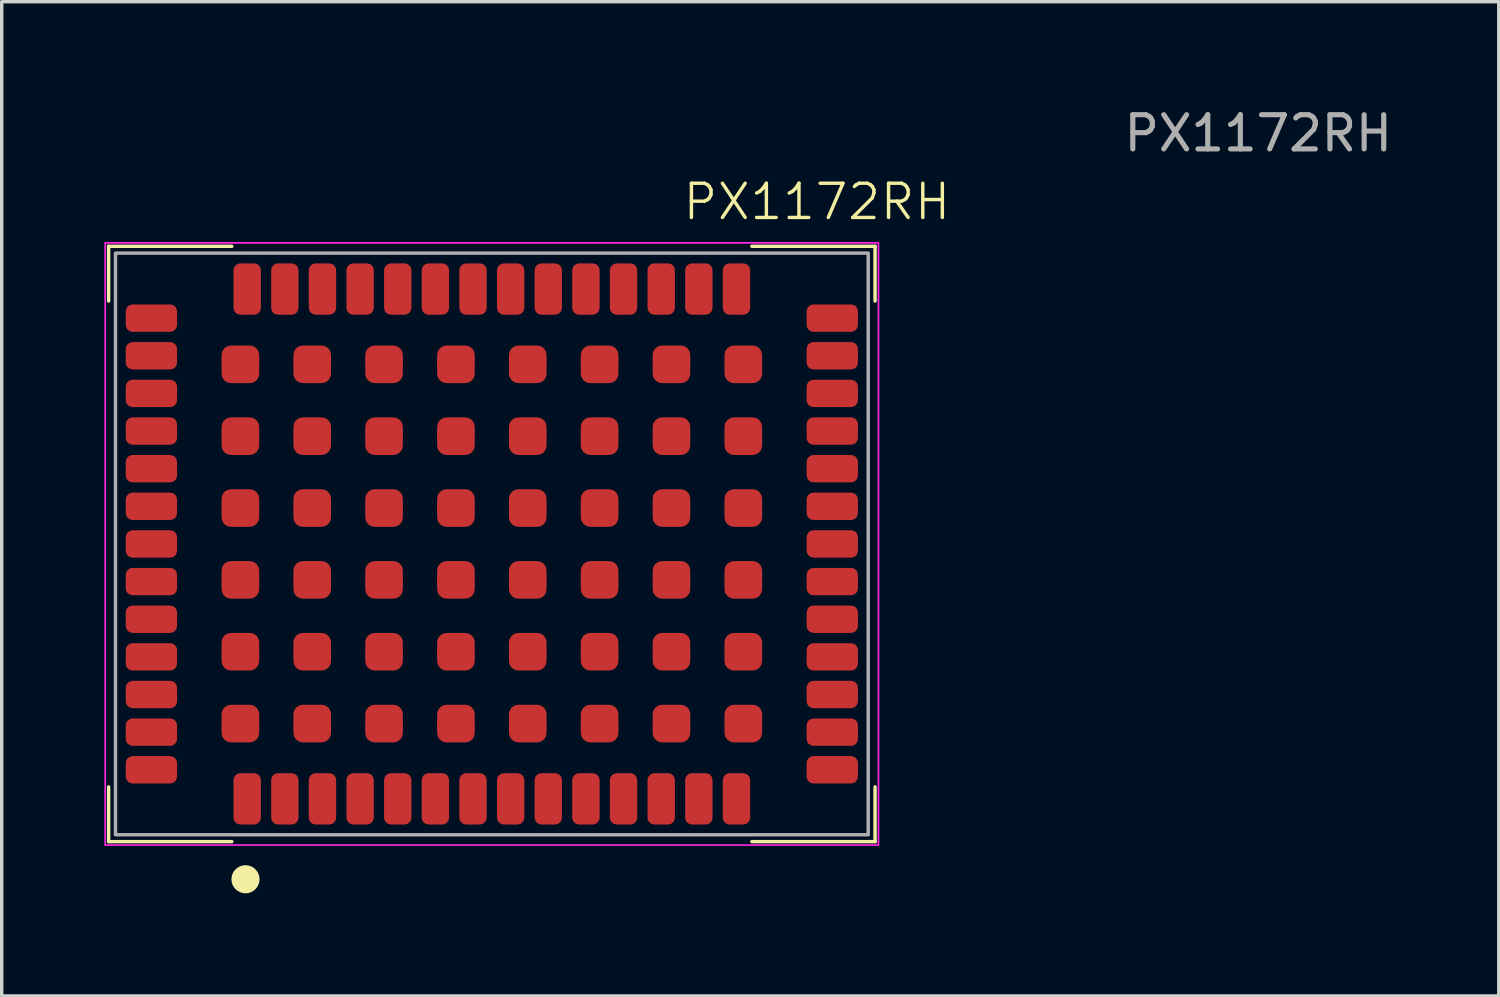
<source format=kicad_pcb>
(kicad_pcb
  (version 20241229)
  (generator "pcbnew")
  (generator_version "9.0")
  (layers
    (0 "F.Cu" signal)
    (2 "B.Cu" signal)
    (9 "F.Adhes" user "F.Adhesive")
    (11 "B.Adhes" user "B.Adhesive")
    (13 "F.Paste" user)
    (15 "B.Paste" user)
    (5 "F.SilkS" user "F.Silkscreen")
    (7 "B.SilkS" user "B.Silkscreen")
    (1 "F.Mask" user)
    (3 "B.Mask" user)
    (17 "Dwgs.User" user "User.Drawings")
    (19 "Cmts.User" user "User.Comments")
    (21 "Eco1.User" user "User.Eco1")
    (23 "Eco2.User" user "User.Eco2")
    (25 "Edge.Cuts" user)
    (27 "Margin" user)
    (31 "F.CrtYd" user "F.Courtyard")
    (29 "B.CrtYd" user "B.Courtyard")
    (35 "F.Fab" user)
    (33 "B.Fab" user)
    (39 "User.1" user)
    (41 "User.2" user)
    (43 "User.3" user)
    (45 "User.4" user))
  (footprint "PX1172RH"
    (layer "F.Cu")
    (at 11.325 12.848)
    (property "Reference" "PX1172RH" (at 9.5 -10 0) (unlocked yes) (layer "F.SilkS") (effects (font (size 1 1) (thickness 0.1))))
    (attr smd)
    (fp_line (start -11.2 -8.7) (end -11.2 -7.1) (stroke (width 0.1) (type default)) (layer "F.SilkS"))
    (fp_line (start -11.2 7.1) (end -11.2 8.7) (stroke (width 0.1) (type default)) (layer "F.SilkS"))
    (fp_line (start -11.2 8.7) (end -7.6 8.7) (stroke (width 0.1) (type default)) (layer "F.SilkS"))
    (fp_line (start -7.6 -8.7) (end -11.2 -8.7) (stroke (width 0.1) (type default)) (layer "F.SilkS"))
    (fp_line (start 7.6 8.7) (end 11.2 8.7) (stroke (width 0.1) (type default)) (layer "F.SilkS"))
    (fp_line (start 11.2 -8.7) (end 7.6 -8.7) (stroke (width 0.1) (type default)) (layer "F.SilkS"))
    (fp_line (start 11.2 -7.1) (end 11.2 -8.7) (stroke (width 0.1) (type default)) (layer "F.SilkS"))
    (fp_line (start 11.2 8.7) (end 11.2 7.1) (stroke (width 0.1) (type default)) (layer "F.SilkS"))
    (fp_circle (center -7.2 9.8) (end -6.839 9.8) (stroke (width 0.1) (type solid)) (fill yes) (layer "F.SilkS"))
    (fp_rect (start -11.3 -8.8) (end 11.3 8.8) (stroke (width 0.05) (type default)) (fill no) (layer "F.CrtYd"))
    (fp_rect (start -11 8.5) (end 11 -8.5) (stroke (width 0.1) (type default)) (fill no) (layer "F.Fab"))
    (fp_text user "${REFERENCE}" (at 22.4 -12 0) (unlocked yes) (layer "F.Fab") (effects (font (size 1 1) (thickness 0.15))))
    (pad "1" smd roundrect (at -7.15 7.45 90) (size 1.5 0.8) (layers "F.Cu" "F.Mask" "F.Paste") (roundrect_rratio 0.25))
    (pad "2" smd roundrect (at -6.05 7.45 90) (size 1.5 0.8) (layers "F.Cu" "F.Mask" "F.Paste") (roundrect_rratio 0.25))
    (pad "3" smd roundrect (at -4.95 7.45 90) (size 1.5 0.8) (layers "F.Cu" "F.Mask" "F.Paste") (roundrect_rratio 0.25))
    (pad "4" smd roundrect (at -3.85 7.45 90) (size 1.5 0.8) (layers "F.Cu" "F.Mask" "F.Paste") (roundrect_rratio 0.25))
    (pad "5" smd roundrect (at -2.75 7.45 90) (size 1.5 0.8) (layers "F.Cu" "F.Mask" "F.Paste") (roundrect_rratio 0.25))
    (pad "6" smd roundrect (at -1.65 7.45 90) (size 1.5 0.8) (layers "F.Cu" "F.Mask" "F.Paste") (roundrect_rratio 0.25))
    (pad "7" smd roundrect (at -0.55 7.45 90) (size 1.5 0.8) (layers "F.Cu" "F.Mask" "F.Paste") (roundrect_rratio 0.25))
    (pad "8" smd roundrect (at 0.55 7.45 90) (size 1.5 0.8) (layers "F.Cu" "F.Mask" "F.Paste") (roundrect_rratio 0.25))
    (pad "9" smd roundrect (at 1.65 7.45 90) (size 1.5 0.8) (layers "F.Cu" "F.Mask" "F.Paste") (roundrect_rratio 0.25))
    (pad "10" smd roundrect (at 2.75 7.45 90) (size 1.5 0.8) (layers "F.Cu" "F.Mask" "F.Paste") (roundrect_rratio 0.25))
    (pad "11" smd roundrect (at 3.85 7.45 90) (size 1.5 0.8) (layers "F.Cu" "F.Mask" "F.Paste") (roundrect_rratio 0.25))
    (pad "12" smd roundrect (at 4.95 7.45 90) (size 1.5 0.8) (layers "F.Cu" "F.Mask" "F.Paste") (roundrect_rratio 0.25))
    (pad "13" smd roundrect (at 6.05 7.45 90) (size 1.5 0.8) (layers "F.Cu" "F.Mask" "F.Paste") (roundrect_rratio 0.25))
    (pad "14" smd roundrect (at 7.15 7.45 90) (size 1.5 0.8) (layers "F.Cu" "F.Mask" "F.Paste") (roundrect_rratio 0.25))
    (pad "15" smd roundrect (at 9.95 6.6 180) (size 1.5 0.8) (layers "F.Cu" "F.Mask" "F.Paste") (roundrect_rratio 0.25))
    (pad "16" smd roundrect (at 9.95 5.5 180) (size 1.5 0.8) (layers "F.Cu" "F.Mask" "F.Paste") (roundrect_rratio 0.25))
    (pad "17" smd roundrect (at 9.95 4.4 180) (size 1.5 0.8) (layers "F.Cu" "F.Mask" "F.Paste") (roundrect_rratio 0.25))
    (pad "18" smd roundrect (at 9.95 3.3 180) (size 1.5 0.8) (layers "F.Cu" "F.Mask" "F.Paste") (roundrect_rratio 0.25))
    (pad "19" smd roundrect (at 9.95 2.2 180) (size 1.5 0.8) (layers "F.Cu" "F.Mask" "F.Paste") (roundrect_rratio 0.25))
    (pad "20" smd roundrect (at 9.95 1.1 180) (size 1.5 0.8) (layers "F.Cu" "F.Mask" "F.Paste") (roundrect_rratio 0.25))
    (pad "21" smd roundrect (at 9.95 0 180) (size 1.5 0.8) (layers "F.Cu" "F.Mask" "F.Paste") (roundrect_rratio 0.25))
    (pad "22" smd roundrect (at 9.95 -1.1 180) (size 1.5 0.8) (layers "F.Cu" "F.Mask" "F.Paste") (roundrect_rratio 0.25))
    (pad "23" smd roundrect (at 9.95 -2.2 180) (size 1.5 0.8) (layers "F.Cu" "F.Mask" "F.Paste") (roundrect_rratio 0.25))
    (pad "24" smd roundrect (at 9.95 -3.3 180) (size 1.5 0.8) (layers "F.Cu" "F.Mask" "F.Paste") (roundrect_rratio 0.25))
    (pad "25" smd roundrect (at 9.95 -4.4 180) (size 1.5 0.8) (layers "F.Cu" "F.Mask" "F.Paste") (roundrect_rratio 0.25))
    (pad "26" smd roundrect (at 9.95 -5.5 180) (size 1.5 0.8) (layers "F.Cu" "F.Mask" "F.Paste") (roundrect_rratio 0.25))
    (pad "27" smd roundrect (at 9.95 -6.6 180) (size 1.5 0.8) (layers "F.Cu" "F.Mask" "F.Paste") (roundrect_rratio 0.25))
    (pad "28" smd roundrect (at 7.15 -7.45 270) (size 1.5 0.8) (layers "F.Cu" "F.Mask" "F.Paste") (roundrect_rratio 0.25))
    (pad "29" smd roundrect (at 6.05 -7.45 270) (size 1.5 0.8) (layers "F.Cu" "F.Mask" "F.Paste") (roundrect_rratio 0.25))
    (pad "30" smd roundrect (at 4.95 -7.45 270) (size 1.5 0.8) (layers "F.Cu" "F.Mask" "F.Paste") (roundrect_rratio 0.25))
    (pad "31" smd roundrect (at 3.85 -7.45 270) (size 1.5 0.8) (layers "F.Cu" "F.Mask" "F.Paste") (roundrect_rratio 0.25))
    (pad "32" smd roundrect (at 2.75 -7.45 270) (size 1.5 0.8) (layers "F.Cu" "F.Mask" "F.Paste") (roundrect_rratio 0.25))
    (pad "33" smd roundrect (at 1.65 -7.45 270) (size 1.5 0.8) (layers "F.Cu" "F.Mask" "F.Paste") (roundrect_rratio 0.25))
    (pad "34" smd roundrect (at 0.55 -7.45 270) (size 1.5 0.8) (layers "F.Cu" "F.Mask" "F.Paste") (roundrect_rratio 0.25))
    (pad "35" smd roundrect (at -0.55 -7.45 270) (size 1.5 0.8) (layers "F.Cu" "F.Mask" "F.Paste") (roundrect_rratio 0.25))
    (pad "36" smd roundrect (at -1.65 -7.45 270) (size 1.5 0.8) (layers "F.Cu" "F.Mask" "F.Paste") (roundrect_rratio 0.25))
    (pad "37" smd roundrect (at -2.75 -7.45 270) (size 1.5 0.8) (layers "F.Cu" "F.Mask" "F.Paste") (roundrect_rratio 0.25))
    (pad "38" smd roundrect (at -3.85 -7.45 270) (size 1.5 0.8) (layers "F.Cu" "F.Mask" "F.Paste") (roundrect_rratio 0.25))
    (pad "39" smd roundrect (at -4.95 -7.45 270) (size 1.5 0.8) (layers "F.Cu" "F.Mask" "F.Paste") (roundrect_rratio 0.25))
    (pad "40" smd roundrect (at -6.05 -7.45 270) (size 1.5 0.8) (layers "F.Cu" "F.Mask" "F.Paste") (roundrect_rratio 0.25))
    (pad "41" smd roundrect (at -7.15 -7.45 90) (size 1.5 0.8) (layers "F.Cu" "F.Mask" "F.Paste") (roundrect_rratio 0.25))
    (pad "42" smd roundrect (at -9.95 -6.6 180) (size 1.5 0.8) (layers "F.Cu" "F.Mask" "F.Paste") (roundrect_rratio 0.25))
    (pad "43" smd roundrect (at -9.95 -5.5 180) (size 1.5 0.8) (layers "F.Cu" "F.Mask" "F.Paste") (roundrect_rratio 0.25))
    (pad "44" smd roundrect (at -9.95 -4.4 180) (size 1.5 0.8) (layers "F.Cu" "F.Mask" "F.Paste") (roundrect_rratio 0.25))
    (pad "45" smd roundrect (at -9.95 -3.3 180) (size 1.5 0.8) (layers "F.Cu" "F.Mask" "F.Paste") (roundrect_rratio 0.25))
    (pad "46" smd roundrect (at -9.95 -2.2 180) (size 1.5 0.8) (layers "F.Cu" "F.Mask" "F.Paste") (roundrect_rratio 0.25))
    (pad "47" smd roundrect (at -9.95 -1.1 180) (size 1.5 0.8) (layers "F.Cu" "F.Mask" "F.Paste") (roundrect_rratio 0.25))
    (pad "48" smd roundrect (at -9.95 0 180) (size 1.5 0.8) (layers "F.Cu" "F.Mask" "F.Paste") (roundrect_rratio 0.25))
    (pad "49" smd roundrect (at -9.95 1.1 180) (size 1.5 0.8) (layers "F.Cu" "F.Mask" "F.Paste") (roundrect_rratio 0.25))
    (pad "50" smd roundrect (at -9.95 2.2 180) (size 1.5 0.8) (layers "F.Cu" "F.Mask" "F.Paste") (roundrect_rratio 0.25))
    (pad "51" smd roundrect (at -9.95 3.3 180) (size 1.5 0.8) (layers "F.Cu" "F.Mask" "F.Paste") (roundrect_rratio 0.25))
    (pad "52" smd roundrect (at -9.95 4.4 180) (size 1.5 0.8) (layers "F.Cu" "F.Mask" "F.Paste") (roundrect_rratio 0.25))
    (pad "53" smd roundrect (at -9.95 5.5 180) (size 1.5 0.8) (layers "F.Cu" "F.Mask" "F.Paste") (roundrect_rratio 0.25))
    (pad "54" smd roundrect (at -9.95 6.6 180) (size 1.5 0.8) (layers "F.Cu" "F.Mask" "F.Paste") (roundrect_rratio 0.25))
    (pad "GP" smd roundrect (at -7.35 -5.25 180) (size 1.1 1.1) (layers "F.Cu" "F.Mask" "F.Paste") (roundrect_rratio 0.25))
    (pad "GP" smd roundrect (at -7.35 -3.15 90) (size 1.1 1.1) (layers "F.Cu" "F.Mask" "F.Paste") (roundrect_rratio 0.25))
    (pad "GP" smd roundrect (at -7.35 -1.05 180) (size 1.1 1.1) (layers "F.Cu" "F.Mask" "F.Paste") (roundrect_rratio 0.25))
    (pad "GP" smd roundrect (at -7.35 1.05 90) (size 1.1 1.1) (layers "F.Cu" "F.Mask" "F.Paste") (roundrect_rratio 0.25))
    (pad "GP" smd roundrect (at -7.35 3.15 180) (size 1.1 1.1) (layers "F.Cu" "F.Mask" "F.Paste") (roundrect_rratio 0.25))
    (pad "GP" smd roundrect (at -7.35 5.25 180) (size 1.1 1.1) (layers "F.Cu" "F.Mask" "F.Paste") (roundrect_rratio 0.25))
    (pad "GP" smd roundrect (at -5.25 -5.25 180) (size 1.1 1.1) (layers "F.Cu" "F.Mask" "F.Paste") (roundrect_rratio 0.25))
    (pad "GP" smd roundrect (at -5.25 -3.15 180) (size 1.1 1.1) (layers "F.Cu" "F.Mask" "F.Paste") (roundrect_rratio 0.25))
    (pad "GP" smd roundrect (at -5.25 -1.05 180) (size 1.1 1.1) (layers "F.Cu" "F.Mask" "F.Paste") (roundrect_rratio 0.25))
    (pad "GP" smd roundrect (at -5.25 1.05 180) (size 1.1 1.1) (layers "F.Cu" "F.Mask" "F.Paste") (roundrect_rratio 0.25))
    (pad "GP" smd roundrect (at -5.25 3.15 180) (size 1.1 1.1) (layers "F.Cu" "F.Mask" "F.Paste") (roundrect_rratio 0.25))
    (pad "GP" smd roundrect (at -5.25 5.25 180) (size 1.1 1.1) (layers "F.Cu" "F.Mask" "F.Paste") (roundrect_rratio 0.25))
    (pad "GP" smd roundrect (at -3.15 -5.25 180) (size 1.1 1.1) (layers "F.Cu" "F.Mask" "F.Paste") (roundrect_rratio 0.25))
    (pad "GP" smd roundrect (at -3.15 -3.15 180) (size 1.1 1.1) (layers "F.Cu" "F.Mask" "F.Paste") (roundrect_rratio 0.25))
    (pad "GP" smd roundrect (at -3.15 -1.05 180) (size 1.1 1.1) (layers "F.Cu" "F.Mask" "F.Paste") (roundrect_rratio 0.25))
    (pad "GP" smd roundrect (at -3.15 1.05 180) (size 1.1 1.1) (layers "F.Cu" "F.Mask" "F.Paste") (roundrect_rratio 0.25))
    (pad "GP" smd roundrect (at -3.15 3.15 180) (size 1.1 1.1) (layers "F.Cu" "F.Mask" "F.Paste") (roundrect_rratio 0.25))
    (pad "GP" smd roundrect (at -3.15 5.25 180) (size 1.1 1.1) (layers "F.Cu" "F.Mask" "F.Paste") (roundrect_rratio 0.25))
    (pad "GP" smd roundrect (at -1.05 -5.25) (size 1.1 1.1) (layers "F.Cu" "F.Mask" "F.Paste") (roundrect_rratio 0.25))
    (pad "GP" smd roundrect (at -1.05 -3.15) (size 1.1 1.1) (layers "F.Cu" "F.Mask" "F.Paste") (roundrect_rratio 0.25))
    (pad "GP" smd roundrect (at -1.05 -1.05) (size 1.1 1.1) (layers "F.Cu" "F.Mask" "F.Paste") (roundrect_rratio 0.25))
    (pad "GP" smd roundrect (at -1.05 1.05) (size 1.1 1.1) (layers "F.Cu" "F.Mask" "F.Paste") (roundrect_rratio 0.25))
    (pad "GP" smd roundrect (at -1.05 3.15) (size 1.1 1.1) (layers "F.Cu" "F.Mask" "F.Paste") (roundrect_rratio 0.25))
    (pad "GP" smd roundrect (at -1.05 5.25) (size 1.1 1.1) (layers "F.Cu" "F.Mask" "F.Paste") (roundrect_rratio 0.25))
    (pad "GP" smd roundrect (at 1.05 -5.25) (size 1.1 1.1) (layers "F.Cu" "F.Mask" "F.Paste") (roundrect_rratio 0.25))
    (pad "GP" smd roundrect (at 1.05 -3.15) (size 1.1 1.1) (layers "F.Cu" "F.Mask" "F.Paste") (roundrect_rratio 0.25))
    (pad "GP" smd roundrect (at 1.05 -1.05) (size 1.1 1.1) (layers "F.Cu" "F.Mask" "F.Paste") (roundrect_rratio 0.25))
    (pad "GP" smd roundrect (at 1.05 1.05) (size 1.1 1.1) (layers "F.Cu" "F.Mask" "F.Paste") (roundrect_rratio 0.25))
    (pad "GP" smd roundrect (at 1.05 3.15) (size 1.1 1.1) (layers "F.Cu" "F.Mask" "F.Paste") (roundrect_rratio 0.25))
    (pad "GP" smd roundrect (at 1.05 5.25) (size 1.1 1.1) (layers "F.Cu" "F.Mask" "F.Paste") (roundrect_rratio 0.25))
    (pad "GP" smd roundrect (at 3.15 -5.25) (size 1.1 1.1) (layers "F.Cu" "F.Mask" "F.Paste") (roundrect_rratio 0.25))
    (pad "GP" smd roundrect (at 3.15 -3.15) (size 1.1 1.1) (layers "F.Cu" "F.Mask" "F.Paste") (roundrect_rratio 0.25))
    (pad "GP" smd roundrect (at 3.15 -1.05) (size 1.1 1.1) (layers "F.Cu" "F.Mask" "F.Paste") (roundrect_rratio 0.25))
    (pad "GP" smd roundrect (at 3.15 1.05) (size 1.1 1.1) (layers "F.Cu" "F.Mask" "F.Paste") (roundrect_rratio 0.25))
    (pad "GP" smd roundrect (at 3.15 3.15) (size 1.1 1.1) (layers "F.Cu" "F.Mask" "F.Paste") (roundrect_rratio 0.25))
    (pad "GP" smd roundrect (at 3.15 5.25) (size 1.1 1.1) (layers "F.Cu" "F.Mask" "F.Paste") (roundrect_rratio 0.25))
    (pad "GP" smd roundrect (at 5.25 -5.25) (size 1.1 1.1) (layers "F.Cu" "F.Mask" "F.Paste") (roundrect_rratio 0.25))
    (pad "GP" smd roundrect (at 5.25 -3.15) (size 1.1 1.1) (layers "F.Cu" "F.Mask" "F.Paste") (roundrect_rratio 0.25))
    (pad "GP" smd roundrect (at 5.25 -1.05) (size 1.1 1.1) (layers "F.Cu" "F.Mask" "F.Paste") (roundrect_rratio 0.25))
    (pad "GP" smd roundrect (at 5.25 1.05) (size 1.1 1.1) (layers "F.Cu" "F.Mask" "F.Paste") (roundrect_rratio 0.25))
    (pad "GP" smd roundrect (at 5.25 3.15) (size 1.1 1.1) (layers "F.Cu" "F.Mask" "F.Paste") (roundrect_rratio 0.25))
    (pad "GP" smd roundrect (at 5.25 5.25) (size 1.1 1.1) (layers "F.Cu" "F.Mask" "F.Paste") (roundrect_rratio 0.25))
    (pad "GP" smd roundrect (at 7.35 -5.25) (size 1.1 1.1) (layers "F.Cu" "F.Mask" "F.Paste") (roundrect_rratio 0.25))
    (pad "GP" smd roundrect (at 7.35 -3.15) (size 1.1 1.1) (layers "F.Cu" "F.Mask" "F.Paste") (roundrect_rratio 0.25))
    (pad "GP" smd roundrect (at 7.35 -1.05) (size 1.1 1.1) (layers "F.Cu" "F.Mask" "F.Paste") (roundrect_rratio 0.25))
    (pad "GP" smd roundrect (at 7.35 1.05) (size 1.1 1.1) (layers "F.Cu" "F.Mask" "F.Paste") (roundrect_rratio 0.25))
    (pad "GP" smd roundrect (at 7.35 3.15) (size 1.1 1.1) (layers "F.Cu" "F.Mask" "F.Paste") (roundrect_rratio 0.25))
    (pad "GP" smd roundrect (at 7.35 5.25) (size 1.1 1.1) (layers "F.Cu" "F.Mask" "F.Paste") (roundrect_rratio 0.25)))
  (gr_rect
    (start -3 -3)
    (end 40.755 26.059)
    (stroke (width 0.1) (type default))
    (fill no)
    (layer "Edge.Cuts")))
</source>
